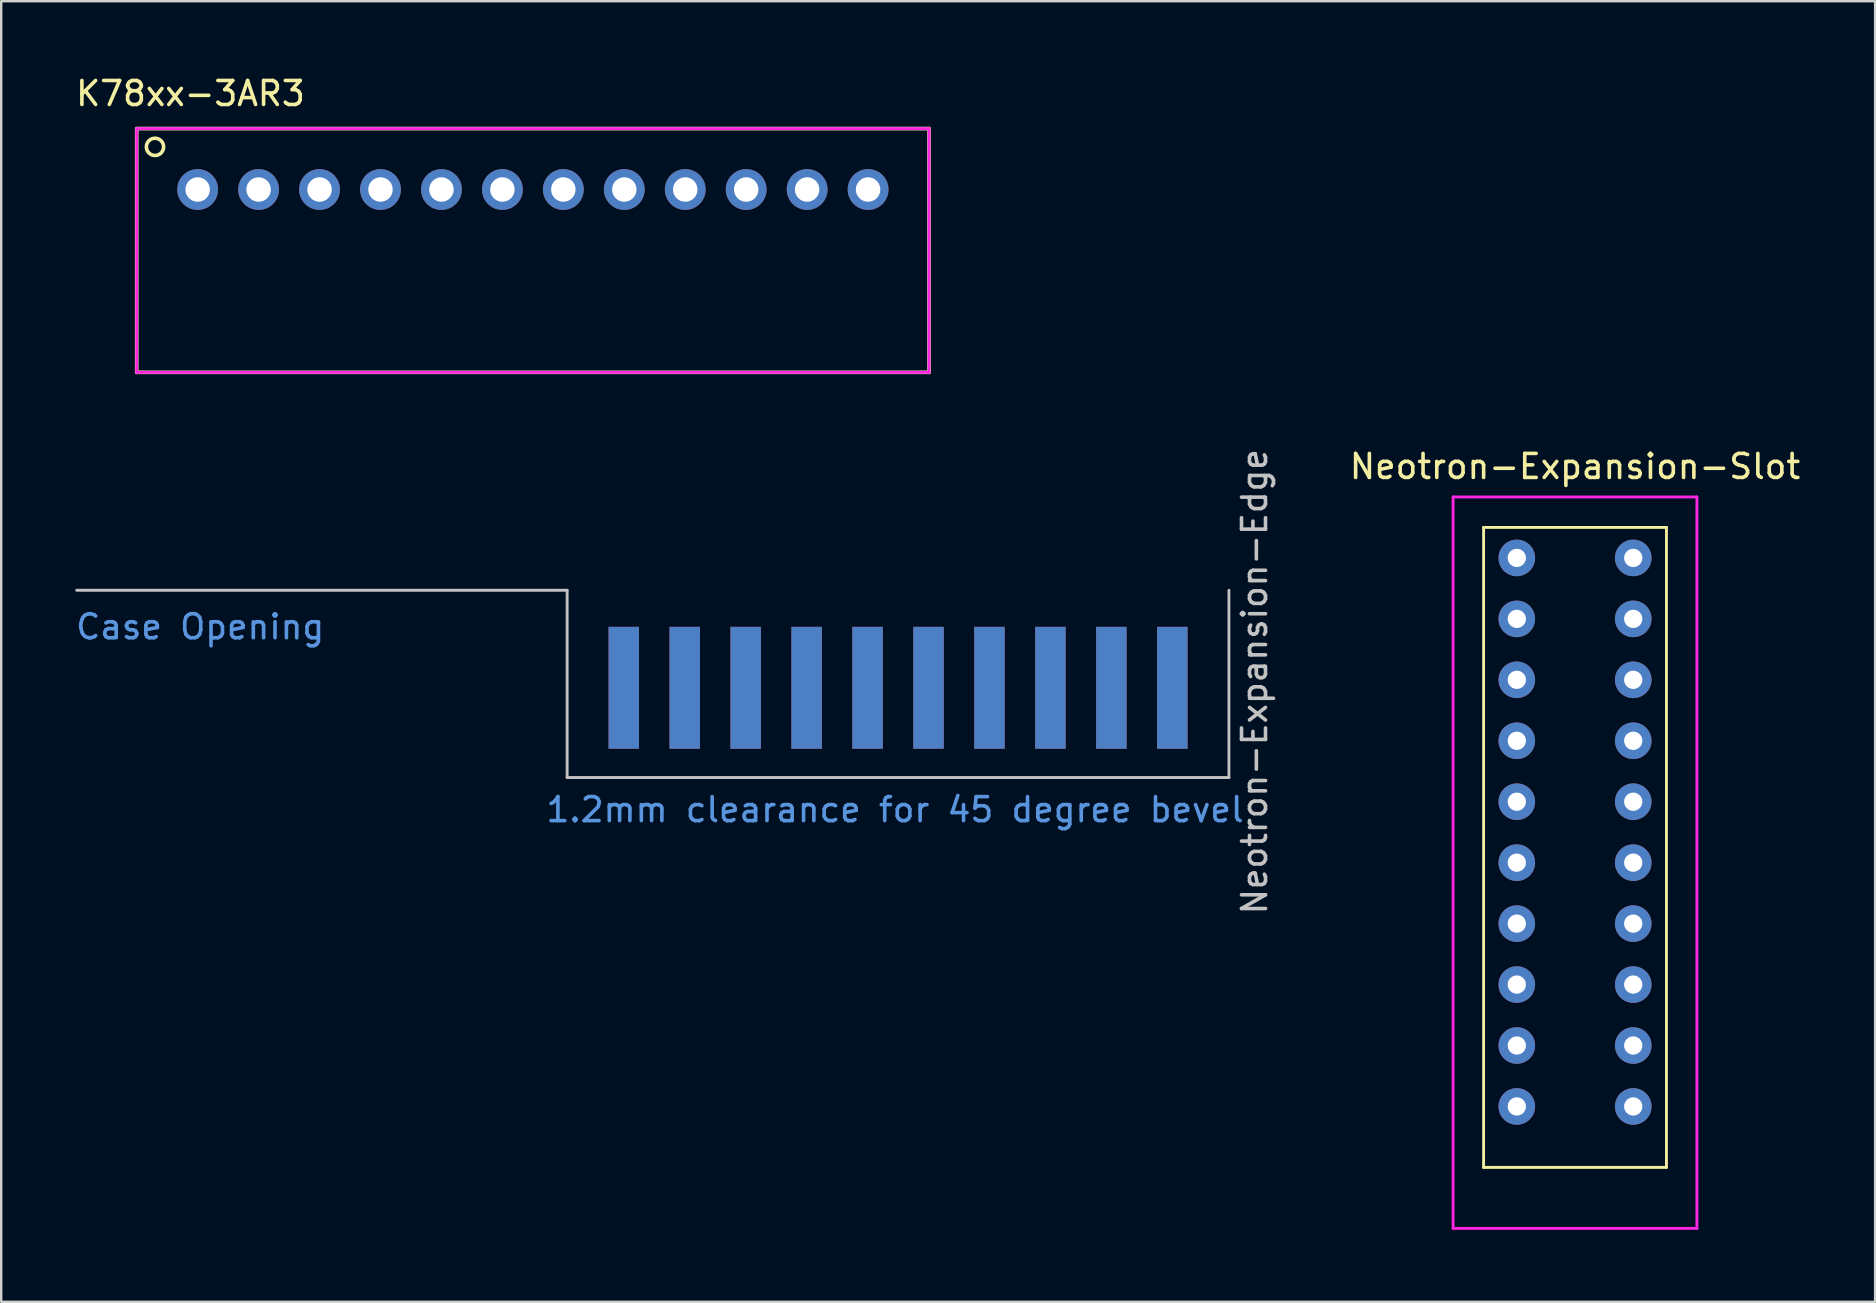
<source format=kicad_pcb>
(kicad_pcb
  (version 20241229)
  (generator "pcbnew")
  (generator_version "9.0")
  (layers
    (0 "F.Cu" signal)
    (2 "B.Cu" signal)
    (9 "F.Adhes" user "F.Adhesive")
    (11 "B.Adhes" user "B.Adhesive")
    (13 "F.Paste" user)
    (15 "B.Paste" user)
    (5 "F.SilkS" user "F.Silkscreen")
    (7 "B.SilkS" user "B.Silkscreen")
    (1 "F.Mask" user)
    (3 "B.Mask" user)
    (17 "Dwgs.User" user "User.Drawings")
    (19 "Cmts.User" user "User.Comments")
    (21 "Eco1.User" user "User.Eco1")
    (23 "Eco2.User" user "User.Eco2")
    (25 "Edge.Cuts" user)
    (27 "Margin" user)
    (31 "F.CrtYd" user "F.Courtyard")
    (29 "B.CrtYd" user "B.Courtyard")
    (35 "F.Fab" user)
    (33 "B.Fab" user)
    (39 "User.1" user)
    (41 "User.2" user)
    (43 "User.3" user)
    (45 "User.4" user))
  (footprint "Neotron-Expansion-Edge"
    (layer "F.Cu")
    (at 22.31 23.073)
    (property "Reference" "Neotron-Expansion-Edge" (at 26.924 2.286 90) (layer "Dwgs.User") (effects (font (size 1 1) (thickness 0.15))))
    (attr through_hole)
    (fp_line (start -1.725 -1.524) (end -22.165 -1.524) (stroke (width 0.12) (type solid)) (layer "Dwgs.User"))
    (fp_line (start -1.725 -1.524) (end -1.725 6.28) (stroke (width 0.12) (type solid)) (layer "Dwgs.User"))
    (fp_line (start -1.725 6.28) (end 25.855 6.28) (stroke (width 0.12) (type solid)) (layer "Dwgs.User"))
    (fp_line (start 25.855 -1.524) (end 25.855 6.28) (stroke (width 0.12) (type solid)) (layer "Dwgs.User"))
    (fp_text user "1.2mm clearance for 45 degree bevel" (at 11.938 7.62 0) (layer "Cmts.User") (effects (font (size 1 1) (thickness 0.15))))
    (fp_text user "Case Opening" (at -17.018 0 0) (layer "Cmts.User") (effects (font (size 1 1) (thickness 0.15))))
    (pad "1" smd rect (at 0.635 2.54) (size 1.27 5.08) (layers "F.Cu" "F.Mask"))
    (pad "2" smd rect (at 0.635 2.54) (size 1.27 5.08) (layers "B.Cu" "B.Mask"))
    (pad "3" smd rect (at 3.175 2.54) (size 1.27 5.08) (layers "F.Cu" "F.Mask"))
    (pad "4" smd rect (at 3.175 2.54) (size 1.27 5.08) (layers "B.Cu" "B.Mask"))
    (pad "5" smd rect (at 5.715 2.54) (size 1.27 5.08) (layers "F.Cu" "F.Mask"))
    (pad "6" smd rect (at 5.715 2.54) (size 1.27 5.08) (layers "B.Cu" "B.Mask"))
    (pad "7" smd rect (at 8.255 2.54) (size 1.27 5.08) (layers "F.Cu" "F.Mask"))
    (pad "8" smd rect (at 8.255 2.54) (size 1.27 5.08) (layers "B.Cu" "B.Mask"))
    (pad "9" smd rect (at 10.795 2.54) (size 1.27 5.08) (layers "F.Cu" "F.Mask"))
    (pad "10" smd rect (at 10.795 2.54) (size 1.27 5.08) (layers "B.Cu" "B.Mask"))
    (pad "11" smd rect (at 13.335 2.54) (size 1.27 5.08) (layers "F.Cu" "F.Mask"))
    (pad "12" smd rect (at 13.335 2.54) (size 1.27 5.08) (layers "B.Cu" "B.Mask"))
    (pad "13" smd rect (at 15.875 2.54) (size 1.27 5.08) (layers "F.Cu" "F.Mask"))
    (pad "14" smd rect (at 15.875 2.54) (size 1.27 5.08) (layers "B.Cu" "B.Mask"))
    (pad "15" smd rect (at 18.415 2.54) (size 1.27 5.08) (layers "F.Cu" "F.Mask"))
    (pad "16" smd rect (at 18.415 2.54) (size 1.27 5.08) (layers "B.Cu" "B.Mask"))
    (pad "17" smd rect (at 20.955 2.54) (size 1.27 5.08) (layers "F.Cu" "F.Mask"))
    (pad "18" smd rect (at 20.955 2.54) (size 1.27 5.08) (layers "B.Cu" "B.Mask"))
    (pad "19" smd rect (at 23.495 2.54) (size 1.27 5.08) (layers "F.Cu" "F.Mask"))
    (pad "20" smd rect (at 23.495 2.54) (size 1.27 5.08) (layers "B.Cu" "B.Mask")))
  (footprint "Neotron-Expansion-Slot"
    (layer "F.Cu")
    (at 62.588 20.201)
    (property "Reference" "Neotron-Expansion-Slot" (at 0 -3.81 0) (layer "F.SilkS") (effects (font (size 1 1) (thickness 0.15))))
    (attr through_hole)
    (fp_line (start -3.81 -1.27) (end -3.81 25.4) (stroke (width 0.12) (type solid)) (layer "F.SilkS"))
    (fp_line (start -3.81 25.4) (end 3.81 25.4) (stroke (width 0.12) (type solid)) (layer "F.SilkS"))
    (fp_line (start 3.81 -1.27) (end -3.81 -1.27) (stroke (width 0.12) (type solid)) (layer "F.SilkS"))
    (fp_line (start 3.81 25.4) (end 3.81 -1.27) (stroke (width 0.12) (type solid)) (layer "F.SilkS"))
    (fp_line (start -5.08 -2.54) (end -5.08 27.94) (stroke (width 0.12) (type solid)) (layer "F.CrtYd"))
    (fp_line (start -5.08 27.94) (end 5.08 27.94) (stroke (width 0.12) (type solid)) (layer "F.CrtYd"))
    (fp_line (start 5.08 -2.54) (end -5.08 -2.54) (stroke (width 0.12) (type solid)) (layer "F.CrtYd"))
    (fp_line (start 5.08 27.94) (end 5.08 -2.54) (stroke (width 0.12) (type solid)) (layer "F.CrtYd"))
    (pad "1" thru_hole circle (at -2.426 0) (size 1.524 1.524) (drill 0.762) (layers "*.Cu" "*.Mask"))
    (pad "2" thru_hole circle (at 2.426 0) (size 1.524 1.524) (drill 0.762) (layers "*.Cu" "*.Mask"))
    (pad "3" thru_hole circle (at -2.426 2.54) (size 1.524 1.524) (drill 0.762) (layers "*.Cu" "*.Mask"))
    (pad "4" thru_hole circle (at 2.426 2.54) (size 1.524 1.524) (drill 0.762) (layers "*.Cu" "*.Mask"))
    (pad "5" thru_hole circle (at -2.426 5.08) (size 1.524 1.524) (drill 0.762) (layers "*.Cu" "*.Mask"))
    (pad "6" thru_hole circle (at 2.426 5.08) (size 1.524 1.524) (drill 0.762) (layers "*.Cu" "*.Mask"))
    (pad "7" thru_hole circle (at -2.426 7.62) (size 1.524 1.524) (drill 0.762) (layers "*.Cu" "*.Mask"))
    (pad "8" thru_hole circle (at 2.426 7.62) (size 1.524 1.524) (drill 0.762) (layers "*.Cu" "*.Mask"))
    (pad "9" thru_hole circle (at -2.426 10.16) (size 1.524 1.524) (drill 0.762) (layers "*.Cu" "*.Mask"))
    (pad "10" thru_hole circle (at 2.426 10.16) (size 1.524 1.524) (drill 0.762) (layers "*.Cu" "*.Mask"))
    (pad "11" thru_hole circle (at -2.426 12.7) (size 1.524 1.524) (drill 0.762) (layers "*.Cu" "*.Mask"))
    (pad "12" thru_hole circle (at 2.426 12.7) (size 1.524 1.524) (drill 0.762) (layers "*.Cu" "*.Mask"))
    (pad "13" thru_hole circle (at -2.426 15.24) (size 1.524 1.524) (drill 0.762) (layers "*.Cu" "*.Mask"))
    (pad "14" thru_hole circle (at 2.426 15.24) (size 1.524 1.524) (drill 0.762) (layers "*.Cu" "*.Mask"))
    (pad "15" thru_hole circle (at -2.426 17.78) (size 1.524 1.524) (drill 0.762) (layers "*.Cu" "*.Mask"))
    (pad "16" thru_hole circle (at 2.426 17.78) (size 1.524 1.524) (drill 0.762) (layers "*.Cu" "*.Mask"))
    (pad "17" thru_hole circle (at -2.426 20.32) (size 1.524 1.524) (drill 0.762) (layers "*.Cu" "*.Mask"))
    (pad "18" thru_hole circle (at 2.426 20.32) (size 1.524 1.524) (drill 0.762) (layers "*.Cu" "*.Mask"))
    (pad "19" thru_hole circle (at -2.426 22.86) (size 1.524 1.524) (drill 0.762) (layers "*.Cu" "*.Mask"))
    (pad "20" thru_hole circle (at 2.426 22.86) (size 1.524 1.524) (drill 0.762) (layers "*.Cu" "*.Mask")))
  (footprint "K78xx-3AR3"
    (layer "F.Cu")
    (at 17.887 4.848)
    (property "Reference" "K78xx-3AR3" (at -13 -4 0) (layer "F.SilkS") (effects (font (size 1 1) (thickness 0.15))))
    (attr through_hole)
    (fp_line (start -15.24 -2.54) (end 17.78 -2.54) (stroke (width 0.15) (type solid)) (layer "F.SilkS"))
    (fp_line (start -15.24 7.62) (end -15.24 -2.54) (stroke (width 0.15) (type solid)) (layer "F.SilkS"))
    (fp_line (start 17.78 -2.54) (end 17.78 7.62) (stroke (width 0.15) (type solid)) (layer "F.SilkS"))
    (fp_line (start 17.78 7.62) (end -15.24 7.62) (stroke (width 0.15) (type solid)) (layer "F.SilkS"))
    (fp_circle (center -14.478 -1.778) (end -14.224 -1.524) (stroke (width 0.15) (type solid)) (fill no) (layer "F.SilkS"))
    (fp_line (start -15.24 -2.54) (end -15.24 7.62) (stroke (width 0.12) (type solid)) (layer "F.CrtYd"))
    (fp_line (start -15.24 7.62) (end 17.78 7.62) (stroke (width 0.12) (type solid)) (layer "F.CrtYd"))
    (fp_line (start 17.78 -2.54) (end -15.24 -2.54) (stroke (width 0.12) (type solid)) (layer "F.CrtYd"))
    (fp_line (start 17.78 7.62) (end 17.78 -2.54) (stroke (width 0.12) (type solid)) (layer "F.CrtYd"))
    (pad "1" thru_hole circle (at -12.7 0) (size 1.7 1.7) (drill 1.02) (layers "*.Cu" "*.Mask"))
    (pad "2" thru_hole circle (at -10.16 0) (size 1.7 1.7) (drill 1.02) (layers "*.Cu" "*.Mask"))
    (pad "2" thru_hole circle (at -7.62 0) (size 1.7 1.7) (drill 1.02) (layers "*.Cu" "*.Mask"))
    (pad "2" thru_hole circle (at -5.08 0) (size 1.7 1.7) (drill 1.02) (layers "*.Cu" "*.Mask"))
    (pad "3" thru_hole circle (at -2.54 0) (size 1.7 1.7) (drill 1.02) (layers "*.Cu" "*.Mask"))
    (pad "3" thru_hole circle (at 0 0) (size 1.7 1.7) (drill 1.02) (layers "*.Cu" "*.Mask"))
    (pad "3" thru_hole circle (at 2.54 0) (size 1.7 1.7) (drill 1.02) (layers "*.Cu" "*.Mask"))
    (pad "3" thru_hole circle (at 5.08 0) (size 1.7 1.7) (drill 1.02) (layers "*.Cu" "*.Mask"))
    (pad "4" thru_hole circle (at 7.62 0) (size 1.7 1.7) (drill 1.02) (layers "*.Cu" "*.Mask"))
    (pad "4" thru_hole circle (at 10.16 0) (size 1.7 1.7) (drill 1.02) (layers "*.Cu" "*.Mask"))
    (pad "4" thru_hole circle (at 12.7 0) (size 1.7 1.7) (drill 1.02) (layers "*.Cu" "*.Mask"))
    (pad "5" thru_hole circle (at 15.24 0) (size 1.7 1.7) (drill 1.02) (layers "*.Cu" "*.Mask")))
  (gr_rect
    (start -3 -3)
    (end 75.094 51.202)
    (stroke (width 0.1) (type default))
    (fill no)
    (layer "Edge.Cuts")))
</source>
